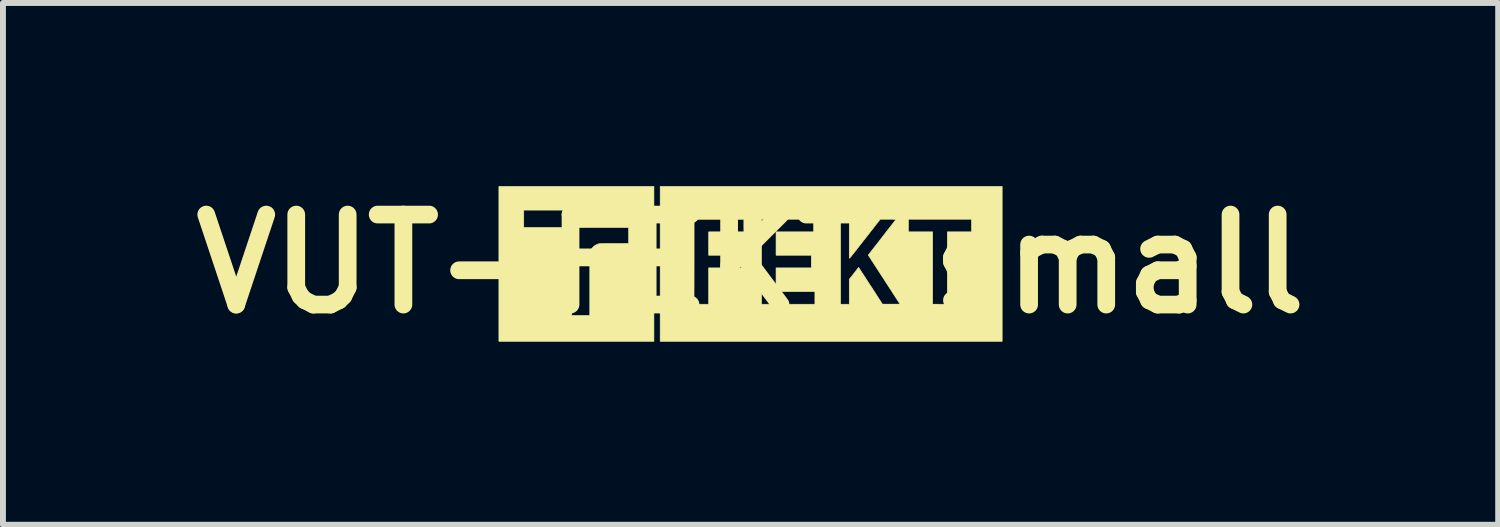
<source format=kicad_pcb>
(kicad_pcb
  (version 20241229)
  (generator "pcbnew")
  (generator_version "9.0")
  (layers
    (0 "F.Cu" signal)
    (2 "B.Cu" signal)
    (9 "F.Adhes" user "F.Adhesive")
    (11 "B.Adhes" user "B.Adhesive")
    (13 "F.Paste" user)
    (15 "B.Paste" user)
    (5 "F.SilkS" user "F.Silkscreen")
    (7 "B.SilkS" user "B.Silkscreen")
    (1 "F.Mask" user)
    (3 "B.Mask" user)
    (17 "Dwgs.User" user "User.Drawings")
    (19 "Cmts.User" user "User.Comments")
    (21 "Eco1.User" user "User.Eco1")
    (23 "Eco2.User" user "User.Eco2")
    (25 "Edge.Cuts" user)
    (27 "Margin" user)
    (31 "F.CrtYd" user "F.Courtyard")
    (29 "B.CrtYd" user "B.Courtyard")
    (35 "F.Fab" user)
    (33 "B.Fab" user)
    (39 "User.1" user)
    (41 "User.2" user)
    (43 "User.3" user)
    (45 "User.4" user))
  (footprint "VUT-FEKT_small"
    (layer "F.Cu")
    (at 9.659 1.418)
    (property "Reference" "VUT-FEKT_small" (at 0 0 0) (layer "F.SilkS") (effects (font (size 1.524 1.524) (thickness 0.3))))
    (attr through_hole)
    (fp_poly (pts (xy -1.636 1.312) (xy -4.261 1.312) (xy -4.261 -0.91) (xy -3.84 -0.91) (xy -3.84 -0.616) (xy -3.027 -0.616) (xy -3.027 0.874) (xy -2.722 0.874) (xy -2.722 0.35) (xy -2.722 0.294) (xy -2.722 0.242) (xy -2.722 0.194) (xy -2.722 0.15) (xy -2.722 0.109) (xy -2.722 0.072) (xy -2.722 0.038) (xy -2.722 0.007) (xy -2.722 -0.021) (xy -2.722 -0.046) (xy -2.722 -0.069) (xy -2.721 -0.089) (xy -2.721 -0.106) (xy -2.721 -0.122) (xy -2.721 -0.135) (xy -2.721 -0.146) (xy -2.721 -0.156) (xy -2.721 -0.164) (xy -2.72 -0.171) (xy -2.72 -0.177) (xy -2.72 -0.181) (xy -2.719 -0.185) (xy -2.719 -0.188) (xy -2.719 -0.19) (xy -2.719 -0.19) (xy -2.711 -0.216) (xy -2.7 -0.241) (xy -2.685 -0.263) (xy -2.667 -0.284) (xy -2.647 -0.302) (xy -2.623 -0.317) (xy -2.6 -0.329) (xy -2.594 -0.331) (xy -2.589 -0.333) (xy -2.585 -0.335) (xy -2.58 -0.336) (xy -2.576 -0.338) (xy -2.571 -0.339) (xy -2.565 -0.34) (xy -2.558 -0.341) (xy -2.55 -0.342) (xy -2.541 -0.342) (xy -2.53 -0.343) (xy -2.517 -0.343) (xy -2.502 -0.343) (xy -2.485 -0.344) (xy -2.465 -0.344) (xy -2.442 -0.344) (xy -2.415 -0.344) (xy -2.386 -0.344) (xy -2.352 -0.344) (xy -2.315 -0.344) (xy -2.307 -0.344) (xy -2.064 -0.345) (xy -2.064 -0.48) (xy -2.065 -0.615) (xy -2.546 -0.615) (xy -3.027 -0.616) (xy -3.027 -0.91) (xy -3.84 -0.91) (xy -4.261 -0.91) (xy -4.261 -1.312) (xy -1.636 -1.312) (xy -1.636 1.312)) (stroke (width 0.01) (type solid)) (fill yes) (layer "F.SilkS"))
    (fp_poly (pts (xy 4.261 1.312) (xy -1.53 1.312) (xy -1.53 0.684) (xy -0.957 0.684) (xy -0.709 0.684) (xy -0.709 0.068) (xy -0.155 0.068) (xy -0.155 -0.146) (xy -0.709 -0.146) (xy -0.709 -0.542) (xy -0.112 -0.542) (xy -0.113 -0.648) (xy -0.113 -0.755) (xy -0.956 -0.755) (xy -0.956 -0.035) (xy -0.957 0.684) (xy -1.53 0.684) (xy -1.53 -0.756) (xy 0.186 -0.756) (xy 0.186 0.684) (xy 1.09 0.684) (xy 1.425 0.684) (xy 1.672 0.684) (xy 1.672 0.262) (xy 1.751 0.161) (xy 1.765 0.143) (xy 1.778 0.126) (xy 1.79 0.111) (xy 1.801 0.097) (xy 1.811 0.084) (xy 1.819 0.074) (xy 1.825 0.067) (xy 1.829 0.062) (xy 1.83 0.06) (xy 1.83 0.06) (xy 1.831 0.062) (xy 1.835 0.067) (xy 1.84 0.076) (xy 1.848 0.087) (xy 1.857 0.101) (xy 1.868 0.118) (xy 1.88 0.137) (xy 1.894 0.159) (xy 1.91 0.182) (xy 1.927 0.208) (xy 1.944 0.235) (xy 1.963 0.264) (xy 1.983 0.295) (xy 2.003 0.326) (xy 2.024 0.359) (xy 2.033 0.371) (xy 2.234 0.683) (xy 2.383 0.683) (xy 2.408 0.683) (xy 2.431 0.683) (xy 2.453 0.683) (xy 2.473 0.683) (xy 2.49 0.683) (xy 2.505 0.683) (xy 2.517 0.683) (xy 2.525 0.683) (xy 2.53 0.683) (xy 2.532 0.683) (xy 2.53 0.681) (xy 2.527 0.675) (xy 2.522 0.667) (xy 2.514 0.655) (xy 2.505 0.641) (xy 2.494 0.624) (xy 2.481 0.604) (xy 2.466 0.581) (xy 2.45 0.557) (xy 2.433 0.53) (xy 2.414 0.501) (xy 2.395 0.471) (xy 2.374 0.438) (xy 2.352 0.405) (xy 2.329 0.369) (xy 2.305 0.333) (xy 2.281 0.296) (xy 2.263 0.267) (xy 2.238 0.229) (xy 2.214 0.192) (xy 2.19 0.156) (xy 2.168 0.121) (xy 2.146 0.088) (xy 2.126 0.056) (xy 2.106 0.026) (xy 2.088 -0.002) (xy 2.071 -0.029) (xy 2.055 -0.053) (xy 2.041 -0.075) (xy 2.029 -0.094) (xy 2.018 -0.11) (xy 2.009 -0.124) (xy 2.002 -0.135) (xy 1.997 -0.143) (xy 1.995 -0.147) (xy 1.994 -0.148) (xy 1.995 -0.15) (xy 1.999 -0.155) (xy 2.005 -0.163) (xy 2.013 -0.174) (xy 2.024 -0.187) (xy 2.036 -0.203) (xy 2.05 -0.222) (xy 2.066 -0.242) (xy 2.084 -0.265) (xy 2.103 -0.289) (xy 2.123 -0.315) (xy 2.144 -0.342) (xy 2.167 -0.371) (xy 2.19 -0.401) (xy 2.214 -0.432) (xy 2.229 -0.451) (xy 2.253 -0.483) (xy 2.277 -0.513) (xy 2.3 -0.543) (xy 2.322 -0.571) (xy 2.343 -0.598) (xy 2.363 -0.623) (xy 2.381 -0.647) (xy 2.398 -0.669) (xy 2.413 -0.688) (xy 2.427 -0.706) (xy 2.438 -0.721) (xy 2.448 -0.733) (xy 2.455 -0.743) (xy 2.461 -0.75) (xy 2.463 -0.753) (xy 2.464 -0.754) (xy 2.462 -0.754) (xy 2.456 -0.755) (xy 2.446 -0.755) (xy 2.434 -0.755) (xy 2.418 -0.755) (xy 2.4 -0.755) (xy 2.38 -0.756) (xy 2.359 -0.756) (xy 2.336 -0.756) (xy 2.33 -0.756) (xy 2.673 -0.756) (xy 2.673 -0.542) (xy 3.084 -0.542) (xy 3.084 0.684) (xy 3.332 0.684) (xy 3.332 -0.542) (xy 3.742 -0.542) (xy 3.742 -0.756) (xy 2.673 -0.756) (xy 2.33 -0.756) (xy 2.197 -0.756) (xy 2.177 -0.731) (xy 2.174 -0.727) (xy 2.168 -0.719) (xy 2.16 -0.709) (xy 2.15 -0.695) (xy 2.137 -0.68) (xy 2.123 -0.662) (xy 2.107 -0.641) (xy 2.09 -0.619) (xy 2.071 -0.594) (xy 2.05 -0.568) (xy 2.029 -0.541) (xy 2.006 -0.512) (xy 1.983 -0.482) (xy 1.959 -0.451) (xy 1.934 -0.419) (xy 1.92 -0.402) (xy 1.89 -0.363) (xy 1.863 -0.329) (xy 1.838 -0.297) (xy 1.815 -0.268) (xy 1.795 -0.242) (xy 1.776 -0.218) (xy 1.76 -0.197) (xy 1.745 -0.179) (xy 1.733 -0.163) (xy 1.721 -0.149) (xy 1.712 -0.137) (xy 1.703 -0.126) (xy 1.697 -0.118) (xy 1.691 -0.111) (xy 1.686 -0.106) (xy 1.683 -0.102) (xy 1.68 -0.1) (xy 1.679 -0.098) (xy 1.677 -0.097) (xy 1.677 -0.097) (xy 1.672 -0.097) (xy 1.672 -0.756) (xy 1.549 -0.755) (xy 1.426 -0.755) (xy 1.425 -0.035) (xy 1.425 0.684) (xy 1.09 0.684) (xy 1.09 0.47) (xy 0.432 0.47) (xy 0.432 0.068) (xy 1.029 0.068) (xy 1.029 -0.146) (xy 0.432 -0.146) (xy 0.432 -0.542) (xy 1.069 -0.542) (xy 1.069 -0.756) (xy 0.186 -0.756) (xy -1.53 -0.756) (xy -1.53 -1.312) (xy 4.261 -1.312) (xy 4.261 1.312)) (stroke (width 0.01) (type solid)) (fill yes) (layer "F.SilkS")))
  (gr_rect
    (start -3 -3)
    (end 22.319 5.836)
    (stroke (width 0.1) (type default))
    (fill no)
    (layer "Edge.Cuts")))
</source>
